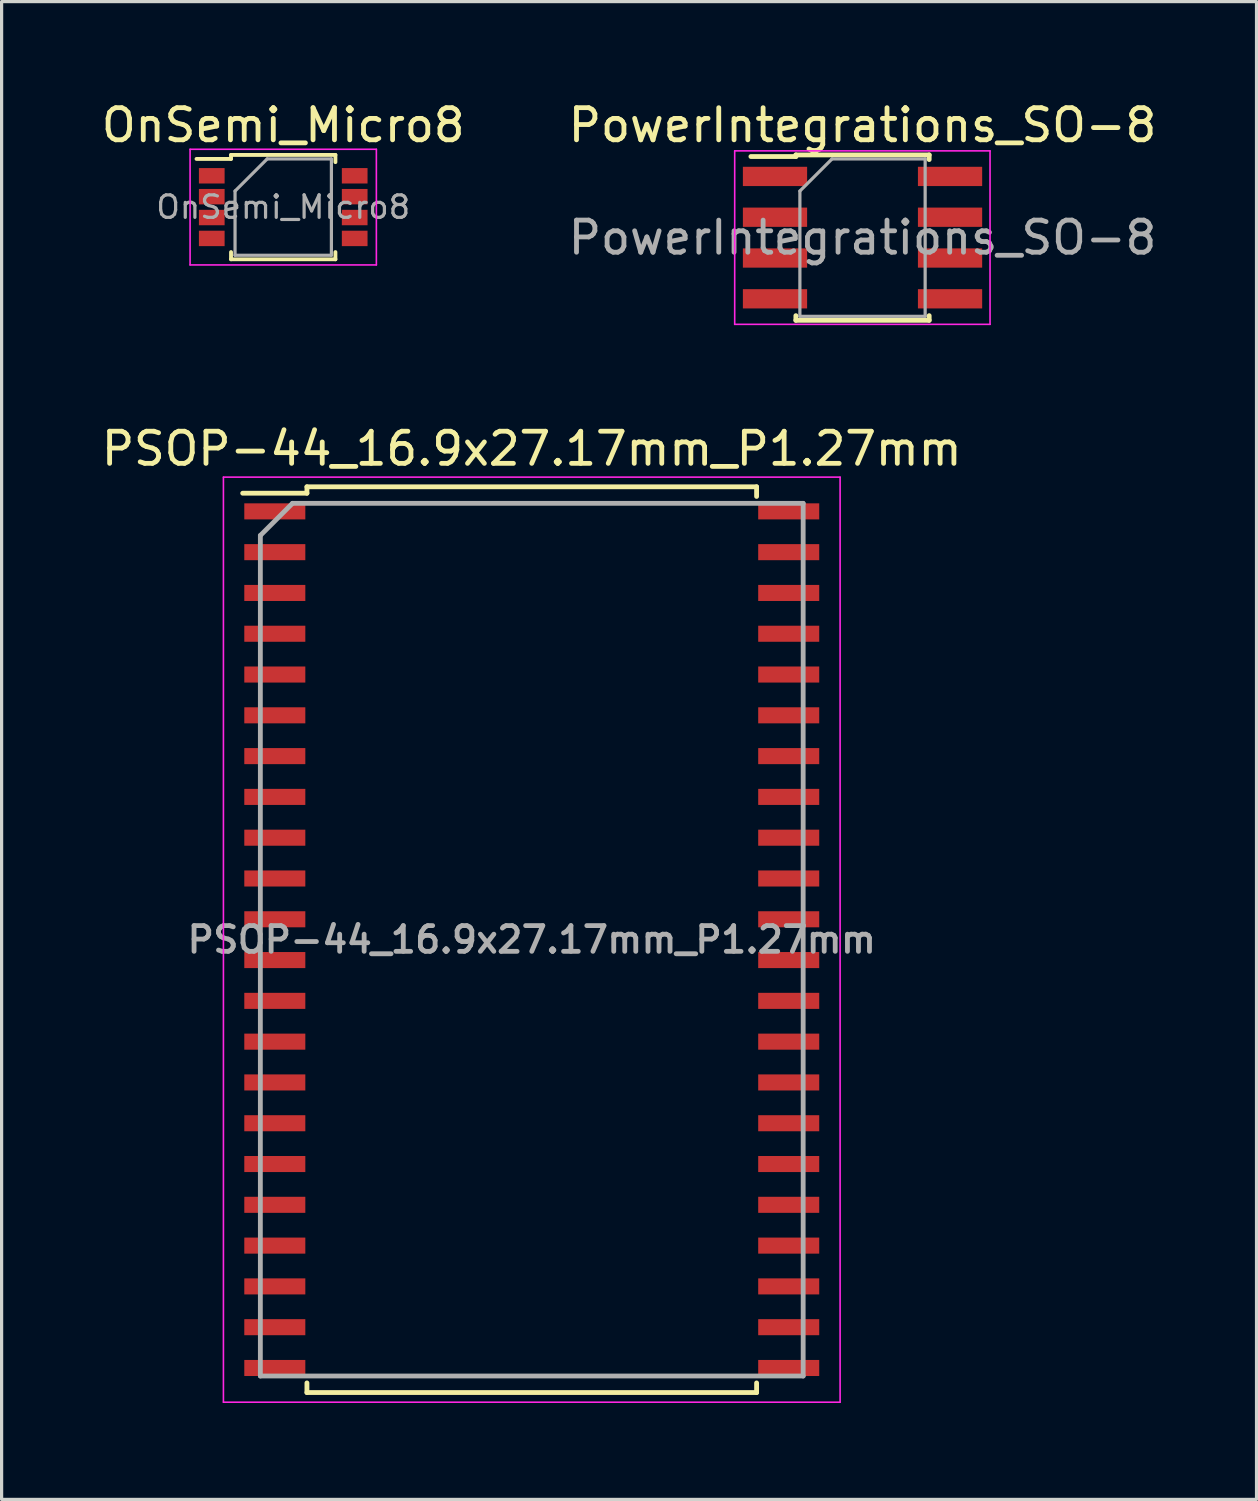
<source format=kicad_pcb>
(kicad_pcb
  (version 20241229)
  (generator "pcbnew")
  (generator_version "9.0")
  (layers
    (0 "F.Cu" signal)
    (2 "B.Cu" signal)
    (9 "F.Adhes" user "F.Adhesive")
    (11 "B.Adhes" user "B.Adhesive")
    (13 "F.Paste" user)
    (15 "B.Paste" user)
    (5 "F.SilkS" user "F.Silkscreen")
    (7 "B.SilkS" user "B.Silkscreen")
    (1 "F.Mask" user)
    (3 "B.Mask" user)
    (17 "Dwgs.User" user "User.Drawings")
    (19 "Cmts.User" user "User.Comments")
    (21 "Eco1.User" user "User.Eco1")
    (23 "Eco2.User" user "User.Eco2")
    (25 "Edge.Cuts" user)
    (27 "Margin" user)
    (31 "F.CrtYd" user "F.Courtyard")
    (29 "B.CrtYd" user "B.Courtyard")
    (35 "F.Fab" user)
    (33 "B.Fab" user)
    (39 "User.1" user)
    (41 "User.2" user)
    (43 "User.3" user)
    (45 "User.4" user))
  (footprint "OnSemi_Micro8"
    (layer "F.Cu")
    (at 5.768 3.398)
    (property "Reference" "OnSemi_Micro8" (at 0 -2.55 0) (layer "F.SilkS") (effects (font (size 1 1) (thickness 0.15))))
    (attr smd)
    (fp_line (start -1.625 -1.625) (end -1.625 -1.5) (stroke (width 0.12) (type solid)) (layer "F.SilkS"))
    (fp_line (start -1.625 -1.625) (end 1.625 -1.625) (stroke (width 0.12) (type solid)) (layer "F.SilkS"))
    (fp_line (start -1.625 -1.5) (end -2.7 -1.5) (stroke (width 0.12) (type solid)) (layer "F.SilkS"))
    (fp_line (start -1.625 1.625) (end -1.625 1.4) (stroke (width 0.12) (type solid)) (layer "F.SilkS"))
    (fp_line (start -1.625 1.625) (end 1.625 1.625) (stroke (width 0.12) (type solid)) (layer "F.SilkS"))
    (fp_line (start 1.625 -1.625) (end 1.625 -1.4) (stroke (width 0.12) (type solid)) (layer "F.SilkS"))
    (fp_line (start 1.625 1.625) (end 1.625 1.4) (stroke (width 0.12) (type solid)) (layer "F.SilkS"))
    (fp_line (start -2.9 -1.8) (end -2.9 1.8) (stroke (width 0.05) (type solid)) (layer "F.CrtYd"))
    (fp_line (start -2.9 -1.8) (end 2.9 -1.8) (stroke (width 0.05) (type solid)) (layer "F.CrtYd"))
    (fp_line (start -2.9 1.8) (end 2.9 1.8) (stroke (width 0.05) (type solid)) (layer "F.CrtYd"))
    (fp_line (start 2.9 -1.8) (end 2.9 1.8) (stroke (width 0.05) (type solid)) (layer "F.CrtYd"))
    (fp_line (start -1.5 -0.5) (end -0.5 -1.5) (stroke (width 0.1) (type solid)) (layer "F.Fab"))
    (fp_line (start -1.5 1.5) (end -1.5 -0.5) (stroke (width 0.1) (type solid)) (layer "F.Fab"))
    (fp_line (start -0.5 -1.5) (end 1.5 -1.5) (stroke (width 0.1) (type solid)) (layer "F.Fab"))
    (fp_line (start 1.5 -1.5) (end 1.5 1.5) (stroke (width 0.1) (type solid)) (layer "F.Fab"))
    (fp_line (start 1.5 1.5) (end -1.5 1.5) (stroke (width 0.1) (type solid)) (layer "F.Fab"))
    (fp_text user "${REFERENCE}" (at 0 0 0) (layer "F.Fab") (effects (font (size 0.7 0.7) (thickness 0.1))))
    (pad "1" smd rect (at -2.225 -0.975) (size 0.8 0.48) (layers "F.Cu" "F.Mask" "F.Paste"))
    (pad "2" smd rect (at -2.225 -0.325) (size 0.8 0.48) (layers "F.Cu" "F.Mask" "F.Paste"))
    (pad "3" smd rect (at -2.225 0.325) (size 0.8 0.48) (layers "F.Cu" "F.Mask" "F.Paste"))
    (pad "4" smd rect (at -2.225 0.975) (size 0.8 0.48) (layers "F.Cu" "F.Mask" "F.Paste"))
    (pad "5" smd rect (at 2.225 0.975) (size 0.8 0.48) (layers "F.Cu" "F.Mask" "F.Paste"))
    (pad "6" smd rect (at 2.225 0.325) (size 0.8 0.48) (layers "F.Cu" "F.Mask" "F.Paste"))
    (pad "7" smd rect (at 2.225 -0.325) (size 0.8 0.48) (layers "F.Cu" "F.Mask" "F.Paste"))
    (pad "8" smd rect (at 2.225 -0.975) (size 0.8 0.48) (layers "F.Cu" "F.Mask" "F.Paste")))
  (footprint "PSOP-44_16.9x27.17mm_P1.27mm"
    (layer "F.Cu")
    (at 13.506 26.206)
    (property "Reference" "PSOP-44_16.9x27.17mm_P1.27mm" (at 0 -15.285 0) (layer "F.SilkS") (effects (font (size 1 1) (thickness 0.15))))
    (attr smd)
    (fp_line (start -7 -14.1) (end -7 -13.9) (stroke (width 0.15) (type solid)) (layer "F.SilkS"))
    (fp_line (start -7 -14.1) (end 7 -14.1) (stroke (width 0.15) (type solid)) (layer "F.SilkS"))
    (fp_line (start -7 -13.9) (end -9 -13.9) (stroke (width 0.15) (type solid)) (layer "F.SilkS"))
    (fp_line (start -7 13.8) (end -7 14.1) (stroke (width 0.15) (type solid)) (layer "F.SilkS"))
    (fp_line (start -7 14.1) (end 7 14.1) (stroke (width 0.15) (type solid)) (layer "F.SilkS"))
    (fp_line (start 7 -14.1) (end 7 -13.8) (stroke (width 0.15) (type solid)) (layer "F.SilkS"))
    (fp_line (start 7 13.8) (end 7 14.1) (stroke (width 0.15) (type solid)) (layer "F.SilkS"))
    (fp_line (start -9.6 -14.4) (end -9.6 14.4) (stroke (width 0.05) (type solid)) (layer "F.CrtYd"))
    (fp_line (start -9.6 -14.4) (end 9.6 -14.4) (stroke (width 0.05) (type solid)) (layer "F.CrtYd"))
    (fp_line (start -9.6 14.4) (end 9.6 14.4) (stroke (width 0.05) (type solid)) (layer "F.CrtYd"))
    (fp_line (start 9.6 -14.4) (end 9.6 14.4) (stroke (width 0.05) (type solid)) (layer "F.CrtYd"))
    (fp_line (start -8.45 -12.585) (end -7.45 -13.585) (stroke (width 0.15) (type solid)) (layer "F.Fab"))
    (fp_line (start -8.45 13.585) (end -8.45 -12.585) (stroke (width 0.15) (type solid)) (layer "F.Fab"))
    (fp_line (start -7.45 -13.585) (end 8.45 -13.585) (stroke (width 0.15) (type solid)) (layer "F.Fab"))
    (fp_line (start 8.45 -13.585) (end 8.45 13.585) (stroke (width 0.15) (type solid)) (layer "F.Fab"))
    (fp_line (start 8.45 13.585) (end -8.45 13.585) (stroke (width 0.15) (type solid)) (layer "F.Fab"))
    (fp_text user "${REFERENCE}" (at 0 0 0) (layer "F.Fab") (effects (font (size 0.8 0.8) (thickness 0.15))))
    (pad "1" smd rect (at -8 -13.335 270) (size 0.5 1.9) (layers "F.Cu" "F.Mask" "F.Paste"))
    (pad "2" smd rect (at -8 -12.065 270) (size 0.5 1.9) (layers "F.Cu" "F.Mask" "F.Paste"))
    (pad "3" smd rect (at -8 -10.795 270) (size 0.5 1.9) (layers "F.Cu" "F.Mask" "F.Paste"))
    (pad "4" smd rect (at -8 -9.525 270) (size 0.5 1.9) (layers "F.Cu" "F.Mask" "F.Paste"))
    (pad "5" smd rect (at -8 -8.255 270) (size 0.5 1.9) (layers "F.Cu" "F.Mask" "F.Paste"))
    (pad "6" smd rect (at -8 -6.985 270) (size 0.5 1.9) (layers "F.Cu" "F.Mask" "F.Paste"))
    (pad "7" smd rect (at -8 -5.715 270) (size 0.5 1.9) (layers "F.Cu" "F.Mask" "F.Paste"))
    (pad "8" smd rect (at -8 -4.445 270) (size 0.5 1.9) (layers "F.Cu" "F.Mask" "F.Paste"))
    (pad "9" smd rect (at -8 -3.175 270) (size 0.5 1.9) (layers "F.Cu" "F.Mask" "F.Paste"))
    (pad "10" smd rect (at -8 -1.905 270) (size 0.5 1.9) (layers "F.Cu" "F.Mask" "F.Paste"))
    (pad "11" smd rect (at -8 -0.635 270) (size 0.5 1.9) (layers "F.Cu" "F.Mask" "F.Paste"))
    (pad "12" smd rect (at -8 0.635 270) (size 0.5 1.9) (layers "F.Cu" "F.Mask" "F.Paste"))
    (pad "13" smd rect (at -8 1.905 270) (size 0.5 1.9) (layers "F.Cu" "F.Mask" "F.Paste"))
    (pad "14" smd rect (at -8 3.175 270) (size 0.5 1.9) (layers "F.Cu" "F.Mask" "F.Paste"))
    (pad "15" smd rect (at -8 4.445 270) (size 0.5 1.9) (layers "F.Cu" "F.Mask" "F.Paste"))
    (pad "16" smd rect (at -8 5.715 270) (size 0.5 1.9) (layers "F.Cu" "F.Mask" "F.Paste"))
    (pad "17" smd rect (at -8 6.985 270) (size 0.5 1.9) (layers "F.Cu" "F.Mask" "F.Paste"))
    (pad "18" smd rect (at -8 8.255 270) (size 0.5 1.9) (layers "F.Cu" "F.Mask" "F.Paste"))
    (pad "19" smd rect (at -8 9.525 270) (size 0.5 1.9) (layers "F.Cu" "F.Mask" "F.Paste"))
    (pad "20" smd rect (at -8 10.795 270) (size 0.5 1.9) (layers "F.Cu" "F.Mask" "F.Paste"))
    (pad "21" smd rect (at -8 12.065 270) (size 0.5 1.9) (layers "F.Cu" "F.Mask" "F.Paste"))
    (pad "22" smd rect (at -8 13.335 270) (size 0.5 1.9) (layers "F.Cu" "F.Mask" "F.Paste"))
    (pad "23" smd rect (at 8 13.335 270) (size 0.5 1.9) (layers "F.Cu" "F.Mask" "F.Paste"))
    (pad "24" smd rect (at 8 12.065 270) (size 0.5 1.9) (layers "F.Cu" "F.Mask" "F.Paste"))
    (pad "25" smd rect (at 8 10.795 270) (size 0.5 1.9) (layers "F.Cu" "F.Mask" "F.Paste"))
    (pad "26" smd rect (at 8 9.525 270) (size 0.5 1.9) (layers "F.Cu" "F.Mask" "F.Paste"))
    (pad "27" smd rect (at 8 8.255 270) (size 0.5 1.9) (layers "F.Cu" "F.Mask" "F.Paste"))
    (pad "28" smd rect (at 8 6.985 270) (size 0.5 1.9) (layers "F.Cu" "F.Mask" "F.Paste"))
    (pad "29" smd rect (at 8 5.715 270) (size 0.5 1.9) (layers "F.Cu" "F.Mask" "F.Paste"))
    (pad "30" smd rect (at 8 4.445 270) (size 0.5 1.9) (layers "F.Cu" "F.Mask" "F.Paste"))
    (pad "31" smd rect (at 8 3.175 270) (size 0.5 1.9) (layers "F.Cu" "F.Mask" "F.Paste"))
    (pad "32" smd rect (at 8 1.905 270) (size 0.5 1.9) (layers "F.Cu" "F.Mask" "F.Paste"))
    (pad "33" smd rect (at 8 0.635 270) (size 0.5 1.9) (layers "F.Cu" "F.Mask" "F.Paste"))
    (pad "34" smd rect (at 8 -0.635 270) (size 0.5 1.9) (layers "F.Cu" "F.Mask" "F.Paste"))
    (pad "35" smd rect (at 8 -1.905 270) (size 0.5 1.9) (layers "F.Cu" "F.Mask" "F.Paste"))
    (pad "36" smd rect (at 8 -3.175 270) (size 0.5 1.9) (layers "F.Cu" "F.Mask" "F.Paste"))
    (pad "37" smd rect (at 8 -4.445 270) (size 0.5 1.9) (layers "F.Cu" "F.Mask" "F.Paste"))
    (pad "38" smd rect (at 8 -5.715 270) (size 0.5 1.9) (layers "F.Cu" "F.Mask" "F.Paste"))
    (pad "39" smd rect (at 8 -6.985 270) (size 0.5 1.9) (layers "F.Cu" "F.Mask" "F.Paste"))
    (pad "40" smd rect (at 8 -8.255 270) (size 0.5 1.9) (layers "F.Cu" "F.Mask" "F.Paste"))
    (pad "41" smd rect (at 8 -9.525 270) (size 0.5 1.9) (layers "F.Cu" "F.Mask" "F.Paste"))
    (pad "42" smd rect (at 8 -10.795 270) (size 0.5 1.9) (layers "F.Cu" "F.Mask" "F.Paste"))
    (pad "43" smd rect (at 8 -12.065 270) (size 0.5 1.9) (layers "F.Cu" "F.Mask" "F.Paste"))
    (pad "44" smd rect (at 8 -13.335 270) (size 0.5 1.9) (layers "F.Cu" "F.Mask" "F.Paste")))
  (footprint "PowerIntegrations_SO-8"
    (layer "F.Cu")
    (at 23.804 4.348)
    (property "Reference" "PowerIntegrations_SO-8" (at 0 -3.5 0) (layer "F.SilkS") (effects (font (size 1 1) (thickness 0.15))))
    (attr smd)
    (fp_line (start -2.075 -2.575) (end -2.075 -2.525) (stroke (width 0.15) (type solid)) (layer "F.SilkS"))
    (fp_line (start -2.075 -2.575) (end 2.075 -2.575) (stroke (width 0.15) (type solid)) (layer "F.SilkS"))
    (fp_line (start -2.075 -2.525) (end -3.475 -2.525) (stroke (width 0.15) (type solid)) (layer "F.SilkS"))
    (fp_line (start -2.075 2.575) (end -2.075 2.43) (stroke (width 0.15) (type solid)) (layer "F.SilkS"))
    (fp_line (start -2.075 2.575) (end 2.075 2.575) (stroke (width 0.15) (type solid)) (layer "F.SilkS"))
    (fp_line (start 2.075 -2.575) (end 2.075 -2.43) (stroke (width 0.15) (type solid)) (layer "F.SilkS"))
    (fp_line (start 2.075 2.575) (end 2.075 2.43) (stroke (width 0.15) (type solid)) (layer "F.SilkS"))
    (fp_line (start -3.98 -2.7) (end -3.98 2.7) (stroke (width 0.05) (type solid)) (layer "F.CrtYd"))
    (fp_line (start -3.98 -2.7) (end 3.97 -2.7) (stroke (width 0.05) (type solid)) (layer "F.CrtYd"))
    (fp_line (start 3.97 2.7) (end -3.98 2.7) (stroke (width 0.05) (type solid)) (layer "F.CrtYd"))
    (fp_line (start 3.97 2.7) (end 3.97 -2.7) (stroke (width 0.05) (type solid)) (layer "F.CrtYd"))
    (fp_line (start -1.95 -1.45) (end -0.95 -2.45) (stroke (width 0.1) (type solid)) (layer "F.Fab"))
    (fp_line (start -1.95 2.45) (end -1.95 -1.45) (stroke (width 0.1) (type solid)) (layer "F.Fab"))
    (fp_line (start -0.95 -2.45) (end 1.95 -2.45) (stroke (width 0.1) (type solid)) (layer "F.Fab"))
    (fp_line (start 1.95 -2.45) (end 1.95 2.45) (stroke (width 0.1) (type solid)) (layer "F.Fab"))
    (fp_line (start 1.95 2.45) (end -1.95 2.45) (stroke (width 0.1) (type solid)) (layer "F.Fab"))
    (fp_text user "${REFERENCE}" (at 0 0 0) (layer "F.Fab") (effects (font (size 1 1) (thickness 0.15))))
    (pad "1" smd rect (at -2.725 -1.905) (size 2 0.6) (layers "F.Cu" "F.Mask" "F.Paste"))
    (pad "2" smd rect (at -2.725 -0.635) (size 2 0.6) (layers "F.Cu" "F.Mask" "F.Paste"))
    (pad "3" smd rect (at -2.725 0.635) (size 2 0.6) (layers "F.Cu" "F.Mask" "F.Paste"))
    (pad "4" smd rect (at -2.725 1.905) (size 2 0.6) (layers "F.Cu" "F.Mask" "F.Paste"))
    (pad "5" smd rect (at 2.725 1.905) (size 2 0.6) (layers "F.Cu" "F.Mask" "F.Paste"))
    (pad "6" smd rect (at 2.725 0.635) (size 2 0.6) (layers "F.Cu" "F.Mask" "F.Paste"))
    (pad "7" smd rect (at 2.725 -0.635) (size 2 0.6) (layers "F.Cu" "F.Mask" "F.Paste"))
    (pad "8" smd rect (at 2.725 -1.905) (size 2 0.6) (layers "F.Cu" "F.Mask" "F.Paste")))
  (gr_rect
    (start -3 -3)
    (end 36.071 43.632)
    (stroke (width 0.1) (type default))
    (fill no)
    (layer "Edge.Cuts")))
</source>
